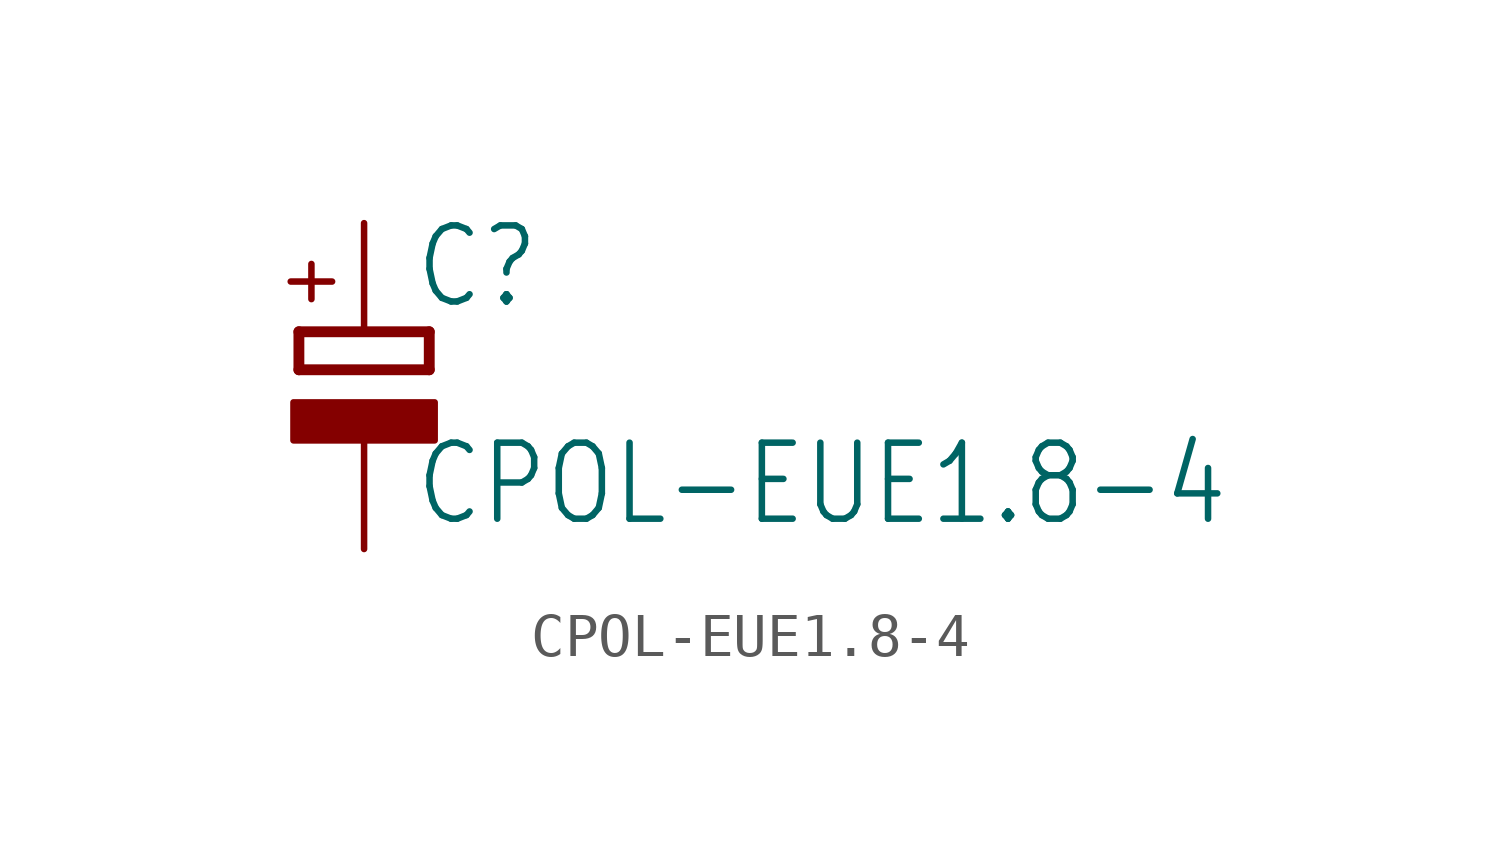
<source format=kicad_sym>
(kicad_symbol_lib
  (version 20220331)
  (generator kicad_symbol_editor)
  (symbol "CPOL-EUE1.8-4"
    (property "Reference" "C"
      (at 1.143 0.483 0)
      (effects (font (size 1.778 1.511)) (justify left bottom)))
    (property "Value" "CPOL-EUE1.8-4"
      (at 1.143 -4.597 0)
      (effects (font (size 1.778 1.511)) (justify left bottom)))
    (property "ki_locked" ""
      (at 0 0 0)
      (effects (font (size 1.27 1.27))))
    (symbol "CPOL-EUE1.8-4_1_0"
      (rectangle (start -1.651 -2.54) (end 1.651 -1.651) (stroke (width 0) (type default)) (fill (type outline)))
      (polyline (pts (xy -1.524 -0.889) (xy 1.524 -0.889)) (stroke (width 0.254) (type solid)) (fill (type none)))
      (polyline (pts (xy -1.524 0) (xy -1.524 -0.889)) (stroke (width 0.254) (type solid)) (fill (type none)))
      (polyline (pts (xy -1.524 0) (xy 1.524 0)) (stroke (width 0.254) (type solid)) (fill (type none)))
      (polyline (pts (xy 1.524 -0.889) (xy 1.524 0)) (stroke (width 0.254) (type solid)) (fill (type none)))
      (text "+" (at -0.584 0.406 900) (effects (font (size 1.27 1.079)) (justify left bottom)))
      (pin passive line (at 0 2.54 270) (length 2.54) (name "+" (effects (font (size 0 0)))) (number "+" (effects (font (size 0 0)))))
      (pin passive line (at 0 -5.08 90) (length 2.54) (name "-" (effects (font (size 0 0)))) (number "-" (effects (font (size 0 0))))))))
</source>
